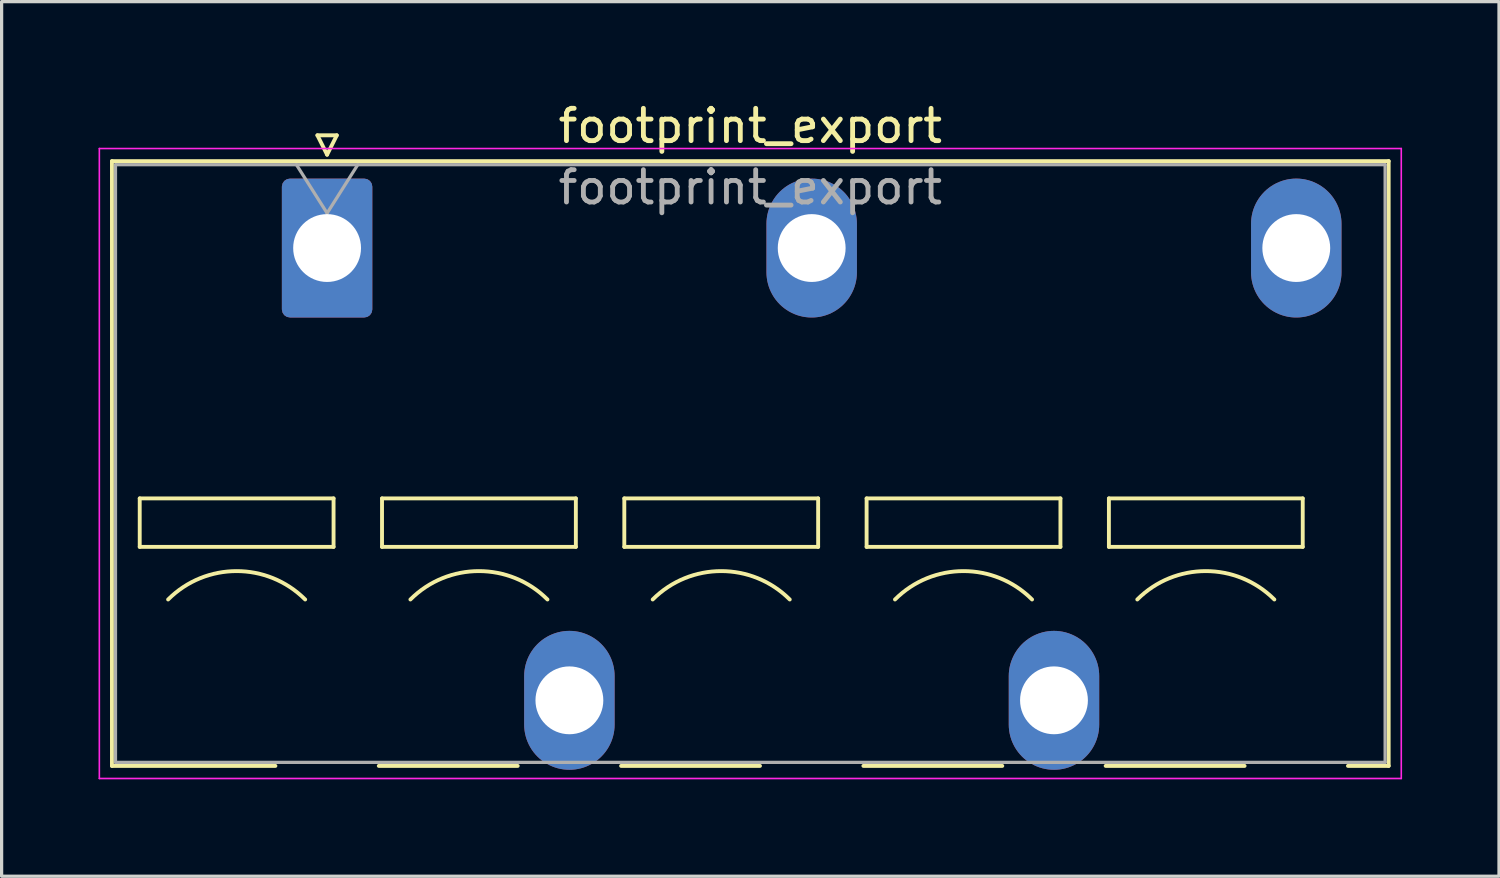
<source format=kicad_pcb>
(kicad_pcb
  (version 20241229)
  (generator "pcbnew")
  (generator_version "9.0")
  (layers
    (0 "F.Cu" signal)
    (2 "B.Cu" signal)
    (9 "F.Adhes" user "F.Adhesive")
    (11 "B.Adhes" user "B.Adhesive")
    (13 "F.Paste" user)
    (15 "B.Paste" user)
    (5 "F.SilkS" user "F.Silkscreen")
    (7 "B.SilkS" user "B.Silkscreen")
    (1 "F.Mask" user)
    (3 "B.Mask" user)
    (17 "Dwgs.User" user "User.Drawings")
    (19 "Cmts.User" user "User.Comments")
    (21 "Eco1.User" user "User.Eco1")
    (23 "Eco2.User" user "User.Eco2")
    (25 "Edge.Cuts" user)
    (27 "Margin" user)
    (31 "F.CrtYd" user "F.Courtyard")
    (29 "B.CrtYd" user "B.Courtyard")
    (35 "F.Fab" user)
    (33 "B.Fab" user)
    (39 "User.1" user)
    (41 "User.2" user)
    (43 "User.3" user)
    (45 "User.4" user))
  (footprint "footprint_export"
    (layer "F.Cu")
    (at 7.075 4.628)
    (property "Reference" "footprint_export" (at 13.1 -3.78 0) (layer "F.SilkS") (effects (font (size 1 1) (thickness 0.15))))
    (attr through_hole)
    (fp_line (start -6.66 -2.69) (end 32.86 -2.69) (stroke (width 0.12) (type solid)) (layer "F.SilkS"))
    (fp_line (start -6.66 16.03) (end -6.66 -2.69) (stroke (width 0.12) (type solid)) (layer "F.SilkS"))
    (fp_line (start -6.66 16.03) (end -1.6 16.03) (stroke (width 0.12) (type solid)) (layer "F.SilkS"))
    (fp_line (start -5.8 7.75) (end -5.8 9.25) (stroke (width 0.12) (type solid)) (layer "F.SilkS"))
    (fp_line (start -5.8 9.25) (end 0.2 9.25) (stroke (width 0.12) (type solid)) (layer "F.SilkS"))
    (fp_line (start -0.3 -3.49) (end 0 -2.89) (stroke (width 0.12) (type solid)) (layer "F.SilkS"))
    (fp_line (start -0.3 -3.49) (end 0.3 -3.49) (stroke (width 0.12) (type solid)) (layer "F.SilkS"))
    (fp_line (start 0.2 7.75) (end -5.8 7.75) (stroke (width 0.12) (type solid)) (layer "F.SilkS"))
    (fp_line (start 0.2 9.25) (end 0.2 7.75) (stroke (width 0.12) (type solid)) (layer "F.SilkS"))
    (fp_line (start 0.3 -3.49) (end 0 -2.89) (stroke (width 0.12) (type solid)) (layer "F.SilkS"))
    (fp_line (start 1.6 16.03) (end 5.9 16.03) (stroke (width 0.12) (type solid)) (layer "F.SilkS"))
    (fp_line (start 1.7 7.75) (end 1.7 9.25) (stroke (width 0.12) (type solid)) (layer "F.SilkS"))
    (fp_line (start 1.7 9.25) (end 7.7 9.25) (stroke (width 0.12) (type solid)) (layer "F.SilkS"))
    (fp_line (start 7.7 7.75) (end 1.7 7.75) (stroke (width 0.12) (type solid)) (layer "F.SilkS"))
    (fp_line (start 7.7 9.25) (end 7.7 7.75) (stroke (width 0.12) (type solid)) (layer "F.SilkS"))
    (fp_line (start 9.1 16.03) (end 13.4 16.03) (stroke (width 0.12) (type solid)) (layer "F.SilkS"))
    (fp_line (start 9.2 7.75) (end 9.2 9.25) (stroke (width 0.12) (type solid)) (layer "F.SilkS"))
    (fp_line (start 9.2 9.25) (end 15.2 9.25) (stroke (width 0.12) (type solid)) (layer "F.SilkS"))
    (fp_line (start 15.2 7.75) (end 9.2 7.75) (stroke (width 0.12) (type solid)) (layer "F.SilkS"))
    (fp_line (start 15.2 9.25) (end 15.2 7.75) (stroke (width 0.12) (type solid)) (layer "F.SilkS"))
    (fp_line (start 16.6 16.03) (end 20.9 16.03) (stroke (width 0.12) (type solid)) (layer "F.SilkS"))
    (fp_line (start 16.7 7.75) (end 16.7 9.25) (stroke (width 0.12) (type solid)) (layer "F.SilkS"))
    (fp_line (start 16.7 9.25) (end 22.7 9.25) (stroke (width 0.12) (type solid)) (layer "F.SilkS"))
    (fp_line (start 22.7 7.75) (end 16.7 7.75) (stroke (width 0.12) (type solid)) (layer "F.SilkS"))
    (fp_line (start 22.7 9.25) (end 22.7 7.75) (stroke (width 0.12) (type solid)) (layer "F.SilkS"))
    (fp_line (start 24.1 16.03) (end 28.4 16.03) (stroke (width 0.12) (type solid)) (layer "F.SilkS"))
    (fp_line (start 24.2 7.75) (end 24.2 9.25) (stroke (width 0.12) (type solid)) (layer "F.SilkS"))
    (fp_line (start 24.2 9.25) (end 30.2 9.25) (stroke (width 0.12) (type solid)) (layer "F.SilkS"))
    (fp_line (start 30.2 7.75) (end 24.2 7.75) (stroke (width 0.12) (type solid)) (layer "F.SilkS"))
    (fp_line (start 30.2 9.25) (end 30.2 7.75) (stroke (width 0.12) (type solid)) (layer "F.SilkS"))
    (fp_line (start 31.6 16.03) (end 32.86 16.03) (stroke (width 0.12) (type solid)) (layer "F.SilkS"))
    (fp_line (start 32.86 -2.69) (end 32.86 16.03) (stroke (width 0.12) (type solid)) (layer "F.SilkS"))
    (fp_arc (start -4.92132 10.87868) (mid -2.8 10) (end -0.67868 10.87868) (stroke (width 0.12) (type solid)) (layer "F.SilkS"))
    (fp_arc (start 2.57868 10.87868) (mid 4.7 10) (end 6.82132 10.87868) (stroke (width 0.12) (type solid)) (layer "F.SilkS"))
    (fp_arc (start 10.07868 10.87868) (mid 12.2 10) (end 14.32132 10.87868) (stroke (width 0.12) (type solid)) (layer "F.SilkS"))
    (fp_arc (start 17.57868 10.87868) (mid 19.7 10) (end 21.82132 10.87868) (stroke (width 0.12) (type solid)) (layer "F.SilkS"))
    (fp_arc (start 25.07868 10.87868) (mid 27.2 10) (end 29.32132 10.87868) (stroke (width 0.12) (type solid)) (layer "F.SilkS"))
    (fp_line (start -7.05 -3.08) (end -7.05 16.42) (stroke (width 0.05) (type solid)) (layer "F.CrtYd"))
    (fp_line (start -7.05 16.42) (end 33.25 16.42) (stroke (width 0.05) (type solid)) (layer "F.CrtYd"))
    (fp_line (start 33.25 -3.08) (end -7.05 -3.08) (stroke (width 0.05) (type solid)) (layer "F.CrtYd"))
    (fp_line (start 33.25 16.42) (end 33.25 -3.08) (stroke (width 0.05) (type solid)) (layer "F.CrtYd"))
    (fp_line (start -6.55 -2.58) (end -6.55 15.92) (stroke (width 0.1) (type solid)) (layer "F.Fab"))
    (fp_line (start -6.55 15.92) (end 32.75 15.92) (stroke (width 0.1) (type solid)) (layer "F.Fab"))
    (fp_line (start -0.95 -2.58) (end 0 -1.08) (stroke (width 0.1) (type solid)) (layer "F.Fab"))
    (fp_line (start 0.95 -2.58) (end 0 -1.08) (stroke (width 0.1) (type solid)) (layer "F.Fab"))
    (fp_line (start 32.75 -2.58) (end -6.55 -2.58) (stroke (width 0.1) (type solid)) (layer "F.Fab"))
    (fp_line (start 32.75 15.92) (end 32.75 -2.58) (stroke (width 0.1) (type solid)) (layer "F.Fab"))
    (fp_text user "${REFERENCE}" (at 13.1 -1.88 0) (layer "F.Fab") (effects (font (size 1 1) (thickness 0.15))))
    (pad "1" thru_hole roundrect (at 0 0) (size 2.8 4.3) (drill 2.1) (layers "*.Cu" "*.Mask") (roundrect_rratio 0.089))
    (pad "2" thru_hole oval (at 7.5 14) (size 2.8 4.3) (drill 2.1) (layers "*.Cu" "*.Mask"))
    (pad "3" thru_hole oval (at 15 0) (size 2.8 4.3) (drill 2.1) (layers "*.Cu" "*.Mask"))
    (pad "4" thru_hole oval (at 22.5 14) (size 2.8 4.3) (drill 2.1) (layers "*.Cu" "*.Mask"))
    (pad "5" thru_hole oval (at 30 0) (size 2.8 4.3) (drill 2.1) (layers "*.Cu" "*.Mask")))
  (gr_rect
    (start -3 -3)
    (end 43.35 24.073)
    (stroke (width 0.1) (type default))
    (fill no)
    (layer "Edge.Cuts")))
</source>
